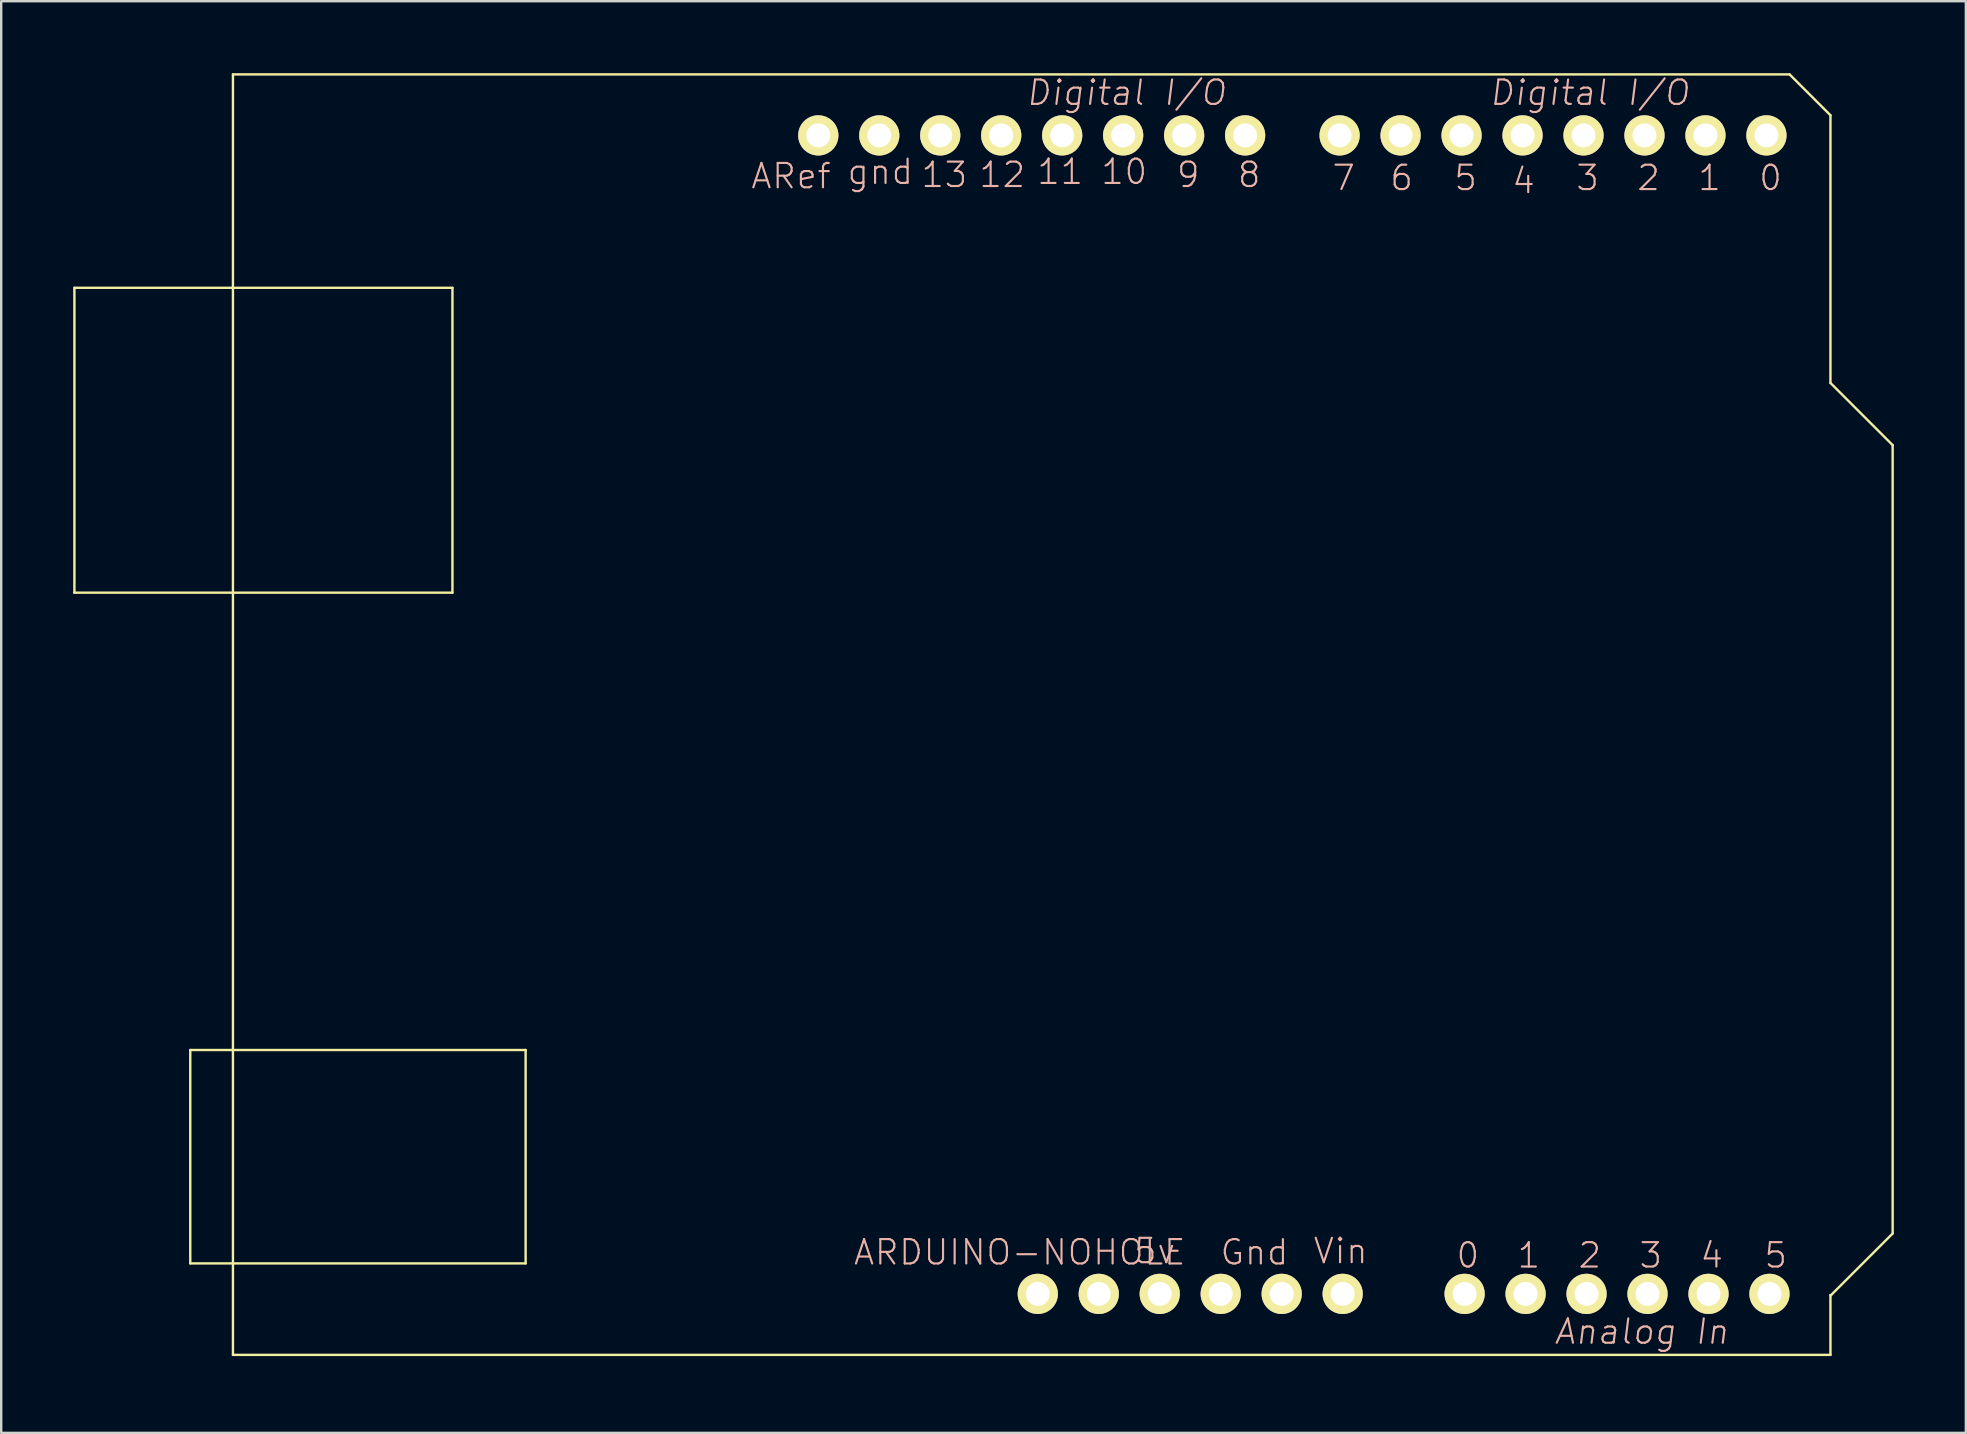
<source format=kicad_pcb>
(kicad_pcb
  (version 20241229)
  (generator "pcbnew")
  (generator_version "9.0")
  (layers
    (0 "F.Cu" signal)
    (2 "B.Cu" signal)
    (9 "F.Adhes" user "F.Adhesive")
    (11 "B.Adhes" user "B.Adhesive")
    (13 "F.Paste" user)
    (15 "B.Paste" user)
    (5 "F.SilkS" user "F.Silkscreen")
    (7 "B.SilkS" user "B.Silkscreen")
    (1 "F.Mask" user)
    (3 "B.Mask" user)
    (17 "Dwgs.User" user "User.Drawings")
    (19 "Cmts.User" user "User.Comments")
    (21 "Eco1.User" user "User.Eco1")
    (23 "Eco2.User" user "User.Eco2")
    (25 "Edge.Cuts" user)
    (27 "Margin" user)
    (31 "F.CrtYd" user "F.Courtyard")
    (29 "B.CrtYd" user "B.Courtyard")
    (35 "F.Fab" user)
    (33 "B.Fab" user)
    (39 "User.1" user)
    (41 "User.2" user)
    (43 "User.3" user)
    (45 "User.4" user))
  (footprint "ARDUINO-NOHOLE"
    (layer "F.Cu")
    (at 6.654 53.39)
    (property "Reference" "ARDUINO-NOHOLE" (at 32.774 -4.272 180) (layer "B.SilkS") (effects (font (size 1.016 1.016) (thickness 0.089))))
    (attr exclude_from_pos_files exclude_from_bom)
    (fp_line (start -6.604 -44.45) (end -6.604 -31.75) (stroke (width 0.1) (type solid)) (layer "F.SilkS"))
    (fp_line (start -6.604 -31.75) (end 0 -31.75) (stroke (width 0.1) (type solid)) (layer "F.SilkS"))
    (fp_line (start -1.778 -12.7) (end -1.778 -3.81) (stroke (width 0.1) (type solid)) (layer "F.SilkS"))
    (fp_line (start -1.778 -3.81) (end 12.192 -3.81) (stroke (width 0.1) (type solid)) (layer "F.SilkS"))
    (fp_line (start 0 -53.34) (end 0 -31.75) (stroke (width 0.1) (type solid)) (layer "F.SilkS"))
    (fp_line (start 0 -31.75) (end 0 0) (stroke (width 0.1) (type solid)) (layer "F.SilkS"))
    (fp_line (start 0 -31.75) (end 9.144 -31.75) (stroke (width 0.1) (type solid)) (layer "F.SilkS"))
    (fp_line (start 0 0) (end 66.548 0) (stroke (width 0.1) (type solid)) (layer "F.SilkS"))
    (fp_line (start 9.144 -44.45) (end -6.604 -44.45) (stroke (width 0.1) (type solid)) (layer "F.SilkS"))
    (fp_line (start 9.144 -31.75) (end 9.144 -44.45) (stroke (width 0.1) (type solid)) (layer "F.SilkS"))
    (fp_line (start 12.192 -12.7) (end -1.778 -12.7) (stroke (width 0.1) (type solid)) (layer "F.SilkS"))
    (fp_line (start 12.192 -3.81) (end 12.192 -12.7) (stroke (width 0.1) (type solid)) (layer "F.SilkS"))
    (fp_line (start 64.846 -53.34) (end 0 -53.34) (stroke (width 0.1) (type solid)) (layer "F.SilkS"))
    (fp_line (start 66.548 -51.638) (end 64.846 -53.34) (stroke (width 0.1) (type solid)) (layer "F.SilkS"))
    (fp_line (start 66.548 -40.488) (end 66.548 -51.638) (stroke (width 0.1) (type solid)) (layer "F.SilkS"))
    (fp_line (start 66.548 -2.489) (end 66.573 -2.489) (stroke (width 0.1) (type solid)) (layer "F.SilkS"))
    (fp_line (start 66.548 0) (end 66.548 -2.489) (stroke (width 0.1) (type solid)) (layer "F.SilkS"))
    (fp_line (start 66.573 -2.489) (end 69.139 -5.055) (stroke (width 0.1) (type solid)) (layer "F.SilkS"))
    (fp_line (start 69.139 -37.897) (end 66.548 -40.488) (stroke (width 0.1) (type solid)) (layer "F.SilkS"))
    (fp_line (start 69.139 -5.055) (end 69.139 -37.897) (stroke (width 0.1) (type solid)) (layer "F.SilkS"))
    (fp_text user "2" (at 56.523 -4.145 0) (layer "B.SilkS") (effects (font (size 1.016 1.016) (thickness 0.089))))
    (fp_text user "4" (at 53.764 -48.903 180) (layer "B.SilkS") (effects (font (size 1.016 1.016) (thickness 0.089))))
    (fp_text user "gnd" (at 26.967 -49.284 180) (layer "B.SilkS") (effects (font (size 1.016 1.016) (thickness 0.089))))
    (fp_text user "10" (at 37.127 -49.284 180) (layer "B.SilkS") (effects (font (size 1.016 1.016) (thickness 0.089))))
    (fp_text user "6" (at 48.684 -49.03 180) (layer "B.SilkS") (effects (font (size 1.016 1.016) (thickness 0.089))))
    (fp_text user "Digital I/O" (at 37.211 -52.578 0) (layer "B.SilkS") (effects (font (size 1.016 1.016) (thickness 0.089) (italic yes))))
    (fp_text user "4" (at 61.603 -4.145 0) (layer "B.SilkS") (effects (font (size 1.016 1.016) (thickness 0.089))))
    (fp_text user "13" (at 29.634 -49.157 180) (layer "B.SilkS") (effects (font (size 1.016 1.016) (thickness 0.089))))
    (fp_text user "1" (at 53.983 -4.145 0) (layer "B.SilkS") (effects (font (size 1.016 1.016) (thickness 0.089))))
    (fp_text user "0" (at 51.443 -4.145 0) (layer "B.SilkS") (effects (font (size 1.016 1.016) (thickness 0.089))))
    (fp_text user "3" (at 56.431 -49.03 180) (layer "B.SilkS") (effects (font (size 1.016 1.016) (thickness 0.089))))
    (fp_text user "Analog In" (at 58.682 -0.97 0) (layer "B.SilkS") (effects (font (size 1.016 1.016) (thickness 0.089) (italic yes))))
    (fp_text user "Digital I/O" (at 56.515 -52.578 0) (layer "B.SilkS") (effects (font (size 1.016 1.016) (thickness 0.089) (italic yes))))
    (fp_text user "2" (at 58.971 -49.03 180) (layer "B.SilkS") (effects (font (size 1.016 1.016) (thickness 0.089))))
    (fp_text user "Gnd" (at 42.553 -4.272 0) (layer "B.SilkS") (effects (font (size 1.016 1.016) (thickness 0.089))))
    (fp_text user "3" (at 59.063 -4.145 0) (layer "B.SilkS") (effects (font (size 1.016 1.016) (thickness 0.089))))
    (fp_text user "11" (at 34.46 -49.284 180) (layer "B.SilkS") (effects (font (size 1.016 1.016) (thickness 0.089))))
    (fp_text user "5" (at 51.351 -49.03 180) (layer "B.SilkS") (effects (font (size 1.016 1.016) (thickness 0.089))))
    (fp_text user "12" (at 32.047 -49.157 180) (layer "B.SilkS") (effects (font (size 1.016 1.016) (thickness 0.089))))
    (fp_text user "5" (at 64.27 -4.145 0) (layer "B.SilkS") (effects (font (size 1.016 1.016) (thickness 0.089))))
    (fp_text user "0" (at 64.051 -49.03 180) (layer "B.SilkS") (effects (font (size 1.016 1.016) (thickness 0.089))))
    (fp_text user "ARef" (at 23.249 -49.103 180) (layer "B.SilkS") (effects (font (size 1.016 1.016) (thickness 0.089))))
    (fp_text user "5v" (at 38.397 -4.326 180) (layer "B.SilkS") (effects (font (size 1.016 1.016) (thickness 0.089))))
    (fp_text user "8" (at 42.334 -49.157 180) (layer "B.SilkS") (effects (font (size 1.016 1.016) (thickness 0.089))))
    (fp_text user "7" (at 46.271 -49.03 180) (layer "B.SilkS") (effects (font (size 1.016 1.016) (thickness 0.089))))
    (fp_text user "1" (at 61.511 -49.03 180) (layer "B.SilkS") (effects (font (size 1.016 1.016) (thickness 0.089))))
    (fp_text user "Vin" (at 46.144 -4.326 180) (layer "B.SilkS") (effects (font (size 1.016 1.016) (thickness 0.089))))
    (fp_text user "9" (at 39.794 -49.157 180) (layer "B.SilkS") (effects (font (size 1.016 1.016) (thickness 0.089))))
    (pad "3V" thru_hole circle (at 36.068 -2.54) (size 1.676 1.676) (drill 0.998) (layers "*.Cu" "F.Mask" "F.SilkS" "F.Paste"))
    (pad "5V" thru_hole circle (at 38.608 -2.54) (size 1.676 1.676) (drill 0.998) (layers "*.Cu" "F.Mask" "F.SilkS" "F.Paste"))
    (pad "A0" thru_hole circle (at 51.308 -2.54) (size 1.676 1.676) (drill 0.998) (layers "*.Cu" "F.Mask" "F.SilkS" "F.Paste"))
    (pad "A1" thru_hole circle (at 53.848 -2.54) (size 1.676 1.676) (drill 0.998) (layers "*.Cu" "F.Mask" "F.SilkS" "F.Paste"))
    (pad "A2" thru_hole circle (at 56.388 -2.54) (size 1.676 1.676) (drill 0.998) (layers "*.Cu" "F.Mask" "F.SilkS" "F.Paste"))
    (pad "A3" thru_hole circle (at 58.928 -2.54) (size 1.676 1.676) (drill 0.998) (layers "*.Cu" "F.Mask" "F.SilkS" "F.Paste"))
    (pad "A4" thru_hole circle (at 61.468 -2.54) (size 1.676 1.676) (drill 0.998) (layers "*.Cu" "F.Mask" "F.SilkS" "F.Paste"))
    (pad "A5" thru_hole circle (at 64.008 -2.54) (size 1.676 1.676) (drill 0.998) (layers "*.Cu" "F.Mask" "F.SilkS" "F.Paste"))
    (pad "AREF" thru_hole circle (at 24.384 -50.8) (size 1.676 1.676) (drill 0.998) (layers "*.Cu" "F.Mask" "F.SilkS" "F.Paste"))
    (pad "D0" thru_hole circle (at 63.881 -50.8) (size 1.676 1.676) (drill 0.998) (layers "*.Cu" "F.Mask" "F.SilkS" "F.Paste"))
    (pad "D1" thru_hole circle (at 61.341 -50.8) (size 1.676 1.676) (drill 0.998) (layers "*.Cu" "F.Mask" "F.SilkS" "F.Paste"))
    (pad "D2" thru_hole circle (at 58.801 -50.8) (size 1.676 1.676) (drill 0.998) (layers "*.Cu" "F.Mask" "F.SilkS" "F.Paste"))
    (pad "D3" thru_hole circle (at 56.261 -50.8) (size 1.676 1.676) (drill 0.998) (layers "*.Cu" "F.Mask" "F.SilkS" "F.Paste"))
    (pad "D4" thru_hole circle (at 53.721 -50.8) (size 1.676 1.676) (drill 0.998) (layers "*.Cu" "F.Mask" "F.SilkS" "F.Paste"))
    (pad "D5" thru_hole circle (at 51.181 -50.8) (size 1.676 1.676) (drill 0.998) (layers "*.Cu" "F.Mask" "F.SilkS" "F.Paste"))
    (pad "D6" thru_hole circle (at 48.641 -50.8) (size 1.676 1.676) (drill 0.998) (layers "*.Cu" "F.Mask" "F.SilkS" "F.Paste"))
    (pad "D7" thru_hole circle (at 46.101 -50.8) (size 1.676 1.676) (drill 0.998) (layers "*.Cu" "F.Mask" "F.SilkS" "F.Paste"))
    (pad "D8" thru_hole circle (at 42.164 -50.8) (size 1.676 1.676) (drill 0.998) (layers "*.Cu" "F.Mask" "F.SilkS" "F.Paste"))
    (pad "D9" thru_hole circle (at 39.624 -50.8) (size 1.676 1.676) (drill 0.998) (layers "*.Cu" "F.Mask" "F.SilkS" "F.Paste"))
    (pad "D10" thru_hole circle (at 37.084 -50.8) (size 1.676 1.676) (drill 0.998) (layers "*.Cu" "F.Mask" "F.SilkS" "F.Paste"))
    (pad "D11" thru_hole circle (at 34.544 -50.8) (size 1.676 1.676) (drill 0.998) (layers "*.Cu" "F.Mask" "F.SilkS" "F.Paste"))
    (pad "D12" thru_hole circle (at 32.004 -50.8) (size 1.676 1.676) (drill 0.998) (layers "*.Cu" "F.Mask" "F.SilkS" "F.Paste"))
    (pad "D13" thru_hole circle (at 29.464 -50.8) (size 1.676 1.676) (drill 0.998) (layers "*.Cu" "F.Mask" "F.SilkS" "F.Paste"))
    (pad "GND" thru_hole circle (at 26.924 -50.8) (size 1.676 1.676) (drill 0.998) (layers "*.Cu" "F.Mask" "F.SilkS" "F.Paste"))
    (pad "GND1" thru_hole circle (at 43.688 -2.54) (size 1.676 1.676) (drill 0.998) (layers "*.Cu" "F.Mask" "F.SilkS" "F.Paste"))
    (pad "GND2" thru_hole circle (at 41.148 -2.54) (size 1.676 1.676) (drill 0.998) (layers "*.Cu" "F.Mask" "F.SilkS" "F.Paste"))
    (pad "RESE" thru_hole circle (at 33.528 -2.54) (size 1.676 1.676) (drill 0.998) (layers "*.Cu" "F.Mask" "F.SilkS" "F.Paste"))
    (pad "VIN" thru_hole circle (at 46.228 -2.54) (size 1.676 1.676) (drill 0.998) (layers "*.Cu" "F.Mask" "F.SilkS" "F.Paste")))
  (gr_rect
    (start -3 -3)
    (end 78.843 56.64)
    (stroke (width 0.1) (type default))
    (fill no)
    (layer "Edge.Cuts")))
</source>
